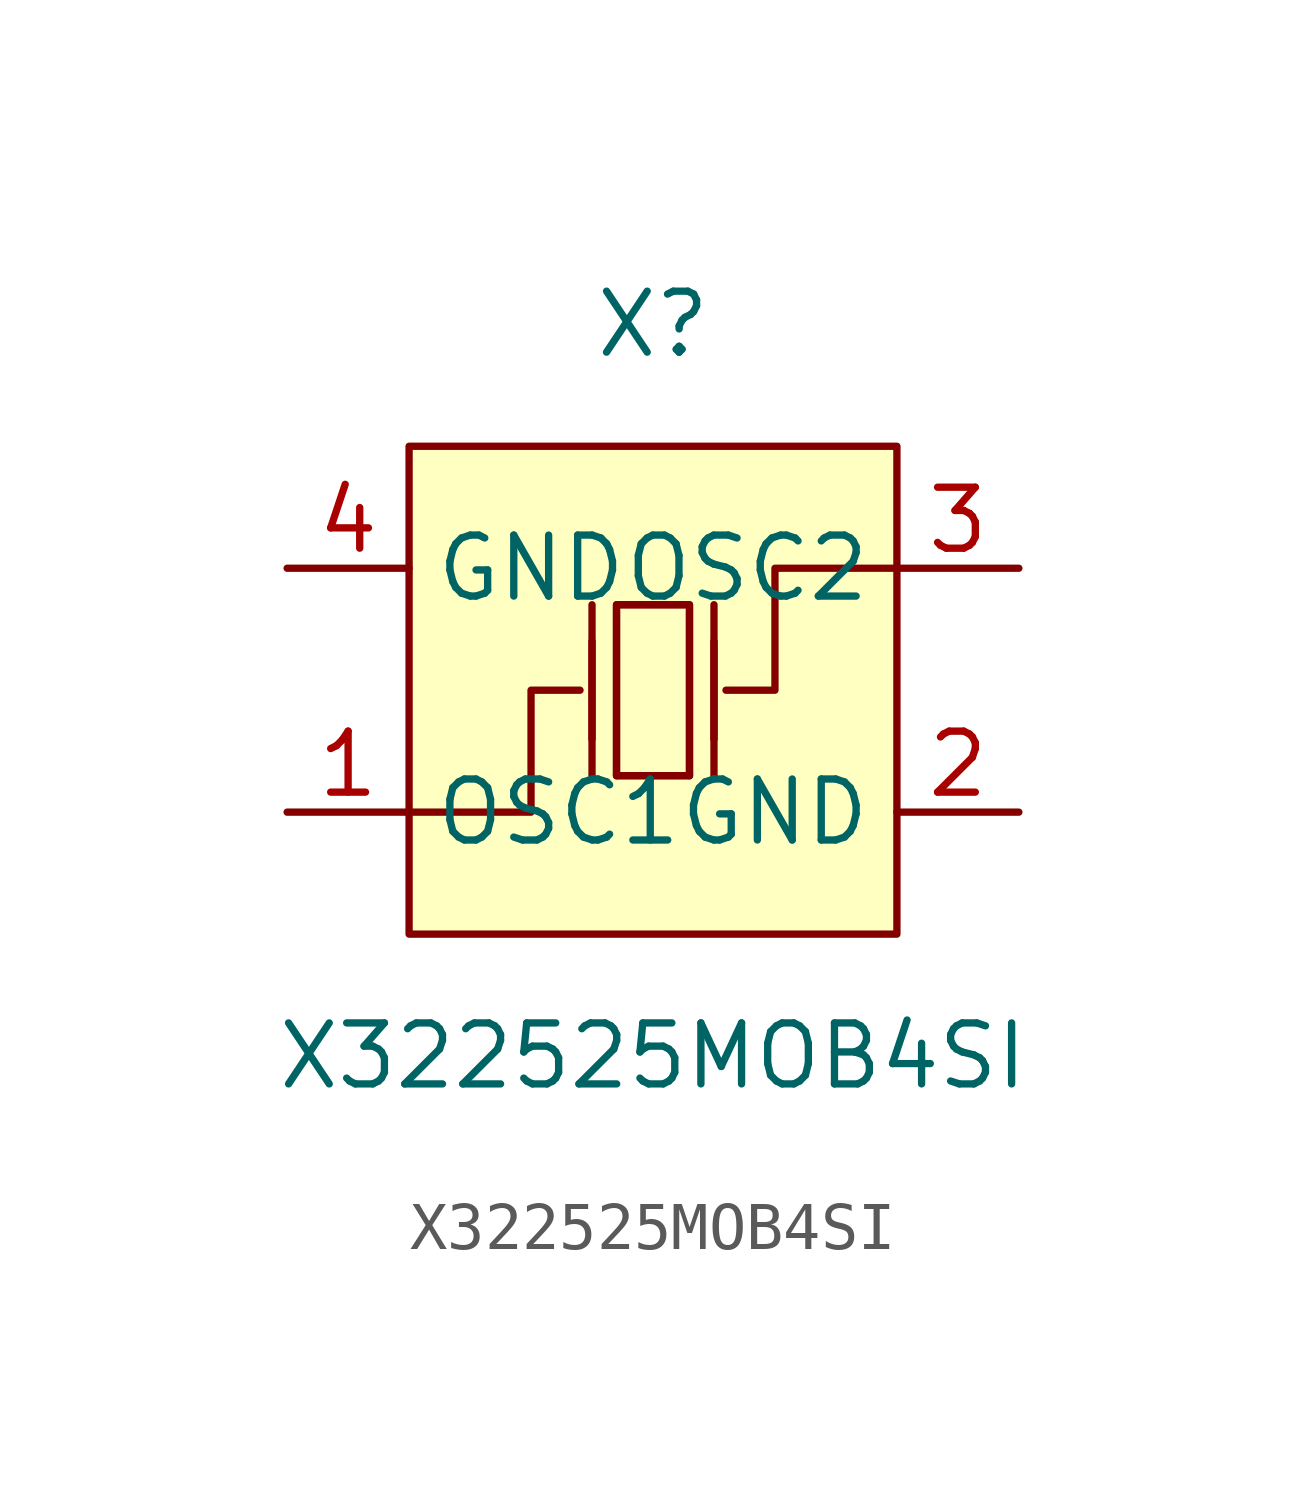
<source format=kicad_sym>
(kicad_symbol_lib
  (version 1)
  (generator "faebryk")
  (symbol "X322525MOB4SI"
    (property "Reference" "X"
      (at 0 7.62 0)
      (effects (font (size 1.27 1.27)) (hide no)))
    (property "Value" "X322525MOB4SI"
      (at 0 -7.62 0)
      (effects (font (size 1.27 1.27)) (hide no)))
    (symbol "X322525MOB4SI_0_1"
      (polyline (stroke (width 0) (type default) (color 0 0 0 0)) (fill (type none)) (pts (xy -1.27 -1.02) (xy -1.27 1.02)))
      (polyline (stroke (width 0) (type default) (color 0 0 0 0)) (fill (type none)) (pts (xy 0.76 -1.78) (xy -0.76 -1.78)))
      (polyline (stroke (width 0) (type default) (color 0 0 0 0)) (fill (type none)) (pts (xy 1.27 -1.02) (xy 1.27 1.02)))
      (polyline (stroke (width 0) (type default) (color 0 0 0 0)) (fill (type none)) (pts (xy -0.76 -1.78) (xy -0.76 1.78) (xy 0.76 1.78) (xy 0.76 -1.78)))
      (polyline (stroke (width 0) (type default) (color 0 0 0 0)) (fill (type none)) (pts (xy 5.08 2.54) (xy 2.54 2.54) (xy 2.54 0) (xy 1.52 0)))
      (polyline (stroke (width 0) (type default) (color 0 0 0 0)) (fill (type none)) (pts (xy -5.08 -2.54) (xy -2.54 -2.54) (xy -2.54 0) (xy -1.52 0)))
      (polyline (stroke (width 0) (type default) (color 0 0 0 0)) (fill (type none)) (pts (xy 1.27 -1.78) (xy 1.27 1.78)))
      (polyline (stroke (width 0) (type default) (color 0 0 0 0)) (fill (type none)) (pts (xy -1.27 -1.78) (xy -1.27 1.78)))
      (polyline (stroke (width 0) (type default) (color 0 0 0 0)) (fill (type background)) (pts (xy 0.76 1.78) (xy 0.76 -1.78) (xy -0.76 -1.78) (xy -0.76 1.78) (xy 0.76 1.78)))
      (rectangle (start -5.08 5.08) (end 5.08 -5.08) (stroke (width 0) (type default) (color 0 0 0 0)) (fill (type background)))
      (pin unspecified line (at -7.62 2.54 0) (length 2.54) (name "GND" (effects (font (size 1.27 1.27)) (hide no))) (number "4" (effects (font (size 1.27 1.27)) (hide no))))
      (pin unspecified line (at 7.62 -2.54 180) (length 2.54) (name "GND" (effects (font (size 1.27 1.27)) (hide no))) (number "2" (effects (font (size 1.27 1.27)) (hide no))))
      (pin unspecified line (at -7.62 -2.54 0) (length 2.54) (name "OSC1" (effects (font (size 1.27 1.27)) (hide no))) (number "1" (effects (font (size 1.27 1.27)) (hide no))))
      (pin unspecified line (at 7.62 2.54 180) (length 2.54) (name "OSC2" (effects (font (size 1.27 1.27)) (hide no))) (number "3" (effects (font (size 1.27 1.27)) (hide no)))))))
</source>
